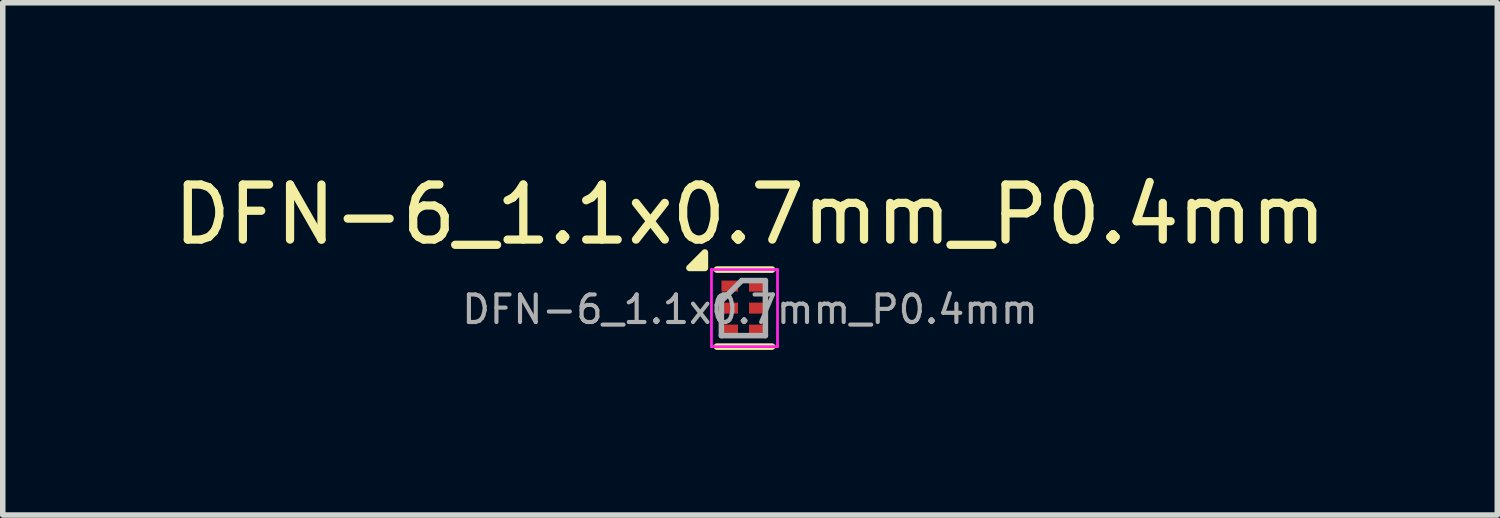
<source format=kicad_pcb>
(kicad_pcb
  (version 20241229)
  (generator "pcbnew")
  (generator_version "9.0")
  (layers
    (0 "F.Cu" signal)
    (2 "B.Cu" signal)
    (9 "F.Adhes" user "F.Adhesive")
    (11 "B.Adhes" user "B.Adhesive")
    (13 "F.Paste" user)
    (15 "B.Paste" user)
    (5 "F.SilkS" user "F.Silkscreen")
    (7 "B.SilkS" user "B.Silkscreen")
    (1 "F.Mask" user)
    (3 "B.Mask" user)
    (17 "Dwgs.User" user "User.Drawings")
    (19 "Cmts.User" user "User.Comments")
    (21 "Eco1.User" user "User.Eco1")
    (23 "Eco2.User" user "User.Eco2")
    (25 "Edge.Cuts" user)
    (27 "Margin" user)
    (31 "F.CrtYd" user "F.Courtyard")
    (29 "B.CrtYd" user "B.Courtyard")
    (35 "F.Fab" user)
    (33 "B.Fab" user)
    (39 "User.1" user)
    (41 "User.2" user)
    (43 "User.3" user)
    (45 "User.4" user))
  (footprint "DFN-6_1.1x0.7mm_P0.4mm"
    (layer "F.Cu")
    (at 10.577 2.548)
    (property "Reference" "DFN-6_1.1x0.7mm_P0.4mm" (at 0 -1.7 0) (layer "F.SilkS") (effects (font (size 1 1) (thickness 0.15))))
    (attr smd)
    (fp_line (start -0.6 -0.7) (end 0.4 -0.7) (stroke (width 0.12) (type solid)) (layer "F.SilkS"))
    (fp_line (start -0.6 0.7) (end 0.4 0.7) (stroke (width 0.12) (type solid)) (layer "F.SilkS"))
    (fp_poly (pts (xy -0.82 -0.73) (xy -1.1 -0.73) (xy -0.82 -1.01) (xy -0.82 -0.73)) (stroke (width 0.12) (type solid)) (fill yes) (layer "F.SilkS"))
    (fp_line (start -0.7 -0.7) (end 0.5 -0.7) (stroke (width 0.05) (type default)) (layer "F.CrtYd"))
    (fp_line (start -0.7 0.7) (end -0.7 -0.7) (stroke (width 0.05) (type default)) (layer "F.CrtYd"))
    (fp_line (start 0.5 -0.7) (end 0.5 0.7) (stroke (width 0.05) (type default)) (layer "F.CrtYd"))
    (fp_line (start 0.5 0.7) (end -0.7 0.7) (stroke (width 0.05) (type default)) (layer "F.CrtYd"))
    (fp_line (start -0.52 0.5) (end -0.52 -0.13) (stroke (width 0.1) (type default)) (layer "F.Fab"))
    (fp_line (start -0.15 -0.5) (end -0.52 -0.13) (stroke (width 0.1) (type default)) (layer "F.Fab"))
    (fp_line (start 0.28 -0.5) (end -0.15 -0.5) (stroke (width 0.1) (type default)) (layer "F.Fab"))
    (fp_line (start 0.28 -0.5) (end 0.28 0.5) (stroke (width 0.1) (type default)) (layer "F.Fab"))
    (fp_line (start 0.28 0.5) (end -0.52 0.5) (stroke (width 0.1) (type default)) (layer "F.Fab"))
    (fp_text user "${REFERENCE}" (at 0 0.025 0) (layer "F.Fab") (effects (font (size 0.5 0.5) (thickness 0.075))))
    (pad "1" smd rect (at -0.368 -0.4) (size 0.3 0.2) (layers "F.Cu" "F.Mask" "F.Paste"))
    (pad "2" smd rect (at -0.368 0) (size 0.3 0.2) (layers "F.Cu" "F.Mask" "F.Paste"))
    (pad "3" smd rect (at -0.368 0.4) (size 0.3 0.2) (layers "F.Cu" "F.Mask" "F.Paste"))
    (pad "4" smd rect (at 0.132 0.4) (size 0.3 0.2) (layers "F.Cu" "F.Mask" "F.Paste"))
    (pad "5" smd rect (at 0.132 0) (size 0.3 0.2) (layers "F.Cu" "F.Mask" "F.Paste"))
    (pad "6" smd rect (at 0.132 -0.4) (size 0.3 0.2) (layers "F.Cu" "F.Mask" "F.Paste")))
  (gr_rect
    (start -3 -3)
    (end 24.155 6.308)
    (stroke (width 0.1) (type default))
    (fill no)
    (layer "Edge.Cuts")))
</source>
